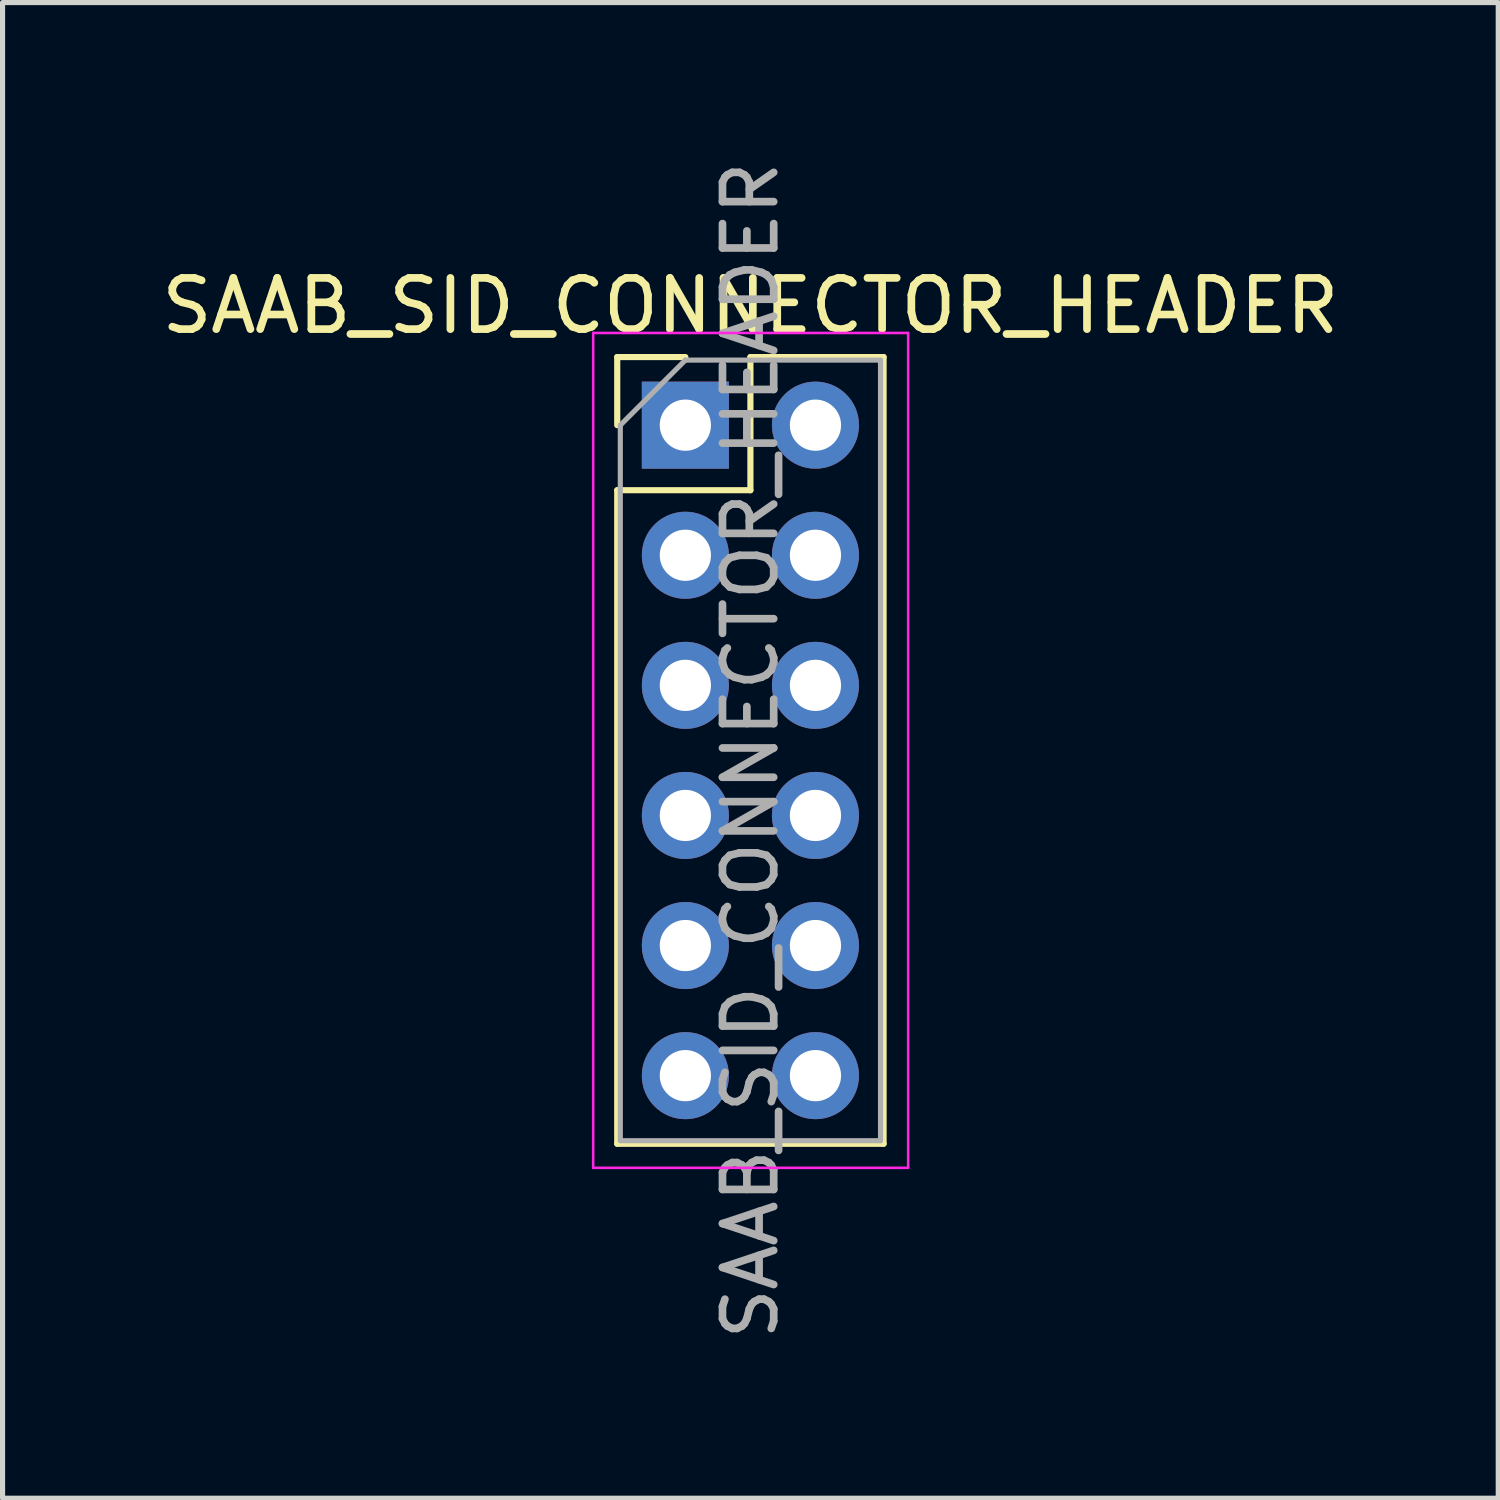
<source format=kicad_pcb>
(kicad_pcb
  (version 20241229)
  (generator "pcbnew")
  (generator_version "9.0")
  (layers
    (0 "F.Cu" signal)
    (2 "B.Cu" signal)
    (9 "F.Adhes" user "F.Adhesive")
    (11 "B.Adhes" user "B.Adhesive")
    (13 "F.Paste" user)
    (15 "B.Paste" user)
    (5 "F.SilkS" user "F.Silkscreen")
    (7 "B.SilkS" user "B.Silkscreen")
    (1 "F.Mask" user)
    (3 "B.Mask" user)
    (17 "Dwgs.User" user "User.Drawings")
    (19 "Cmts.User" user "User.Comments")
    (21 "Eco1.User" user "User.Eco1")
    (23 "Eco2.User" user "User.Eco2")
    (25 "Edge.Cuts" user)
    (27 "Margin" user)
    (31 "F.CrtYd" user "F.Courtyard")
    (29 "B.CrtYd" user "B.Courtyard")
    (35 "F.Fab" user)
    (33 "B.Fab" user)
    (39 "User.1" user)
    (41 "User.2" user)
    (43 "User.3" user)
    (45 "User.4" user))
  (footprint "SAAB_SID_CONNECTOR_HEADER"
    (layer "F.Cu")
    (at 10.331 5.251)
    (property "Reference" "SAAB_SID_CONNECTOR_HEADER" (at 1.27 -2.33 0) (layer "F.SilkS") (effects (font (size 1 1) (thickness 0.15))))
    (attr through_hole)
    (fp_line (start -1.33 -1.33) (end 0 -1.33) (stroke (width 0.12) (type solid)) (layer "F.SilkS"))
    (fp_line (start -1.33 0) (end -1.33 -1.33) (stroke (width 0.12) (type solid)) (layer "F.SilkS"))
    (fp_line (start -1.33 1.27) (end -1.33 14.03) (stroke (width 0.12) (type solid)) (layer "F.SilkS"))
    (fp_line (start -1.33 1.27) (end 1.27 1.27) (stroke (width 0.12) (type solid)) (layer "F.SilkS"))
    (fp_line (start -1.33 14.03) (end 3.87 14.03) (stroke (width 0.12) (type solid)) (layer "F.SilkS"))
    (fp_line (start 1.27 -1.33) (end 3.87 -1.33) (stroke (width 0.12) (type solid)) (layer "F.SilkS"))
    (fp_line (start 1.27 1.27) (end 1.27 -1.33) (stroke (width 0.12) (type solid)) (layer "F.SilkS"))
    (fp_line (start 3.87 -1.33) (end 3.87 14.03) (stroke (width 0.12) (type solid)) (layer "F.SilkS"))
    (fp_line (start -1.8 -1.8) (end -1.8 14.5) (stroke (width 0.05) (type solid)) (layer "F.CrtYd"))
    (fp_line (start -1.8 14.5) (end 4.35 14.5) (stroke (width 0.05) (type solid)) (layer "F.CrtYd"))
    (fp_line (start 4.35 -1.8) (end -1.8 -1.8) (stroke (width 0.05) (type solid)) (layer "F.CrtYd"))
    (fp_line (start 4.35 14.5) (end 4.35 -1.8) (stroke (width 0.05) (type solid)) (layer "F.CrtYd"))
    (fp_line (start -1.27 0) (end 0 -1.27) (stroke (width 0.1) (type solid)) (layer "F.Fab"))
    (fp_line (start -1.27 13.97) (end -1.27 0) (stroke (width 0.1) (type solid)) (layer "F.Fab"))
    (fp_line (start 0 -1.27) (end 3.81 -1.27) (stroke (width 0.1) (type solid)) (layer "F.Fab"))
    (fp_line (start 3.81 -1.27) (end 3.81 13.97) (stroke (width 0.1) (type solid)) (layer "F.Fab"))
    (fp_line (start 3.81 13.97) (end -1.27 13.97) (stroke (width 0.1) (type solid)) (layer "F.Fab"))
    (fp_text user "${REFERENCE}" (at 1.27 6.35 90) (layer "F.Fab") (effects (font (size 1 1) (thickness 0.15))))
    (pad "1" thru_hole rect (at 0 0) (size 1.7 1.7) (drill 1) (layers "*.Cu" "*.Mask"))
    (pad "2" thru_hole oval (at 0 2.54) (size 1.7 1.7) (drill 1) (layers "*.Cu" "*.Mask"))
    (pad "3" thru_hole oval (at 0 5.08) (size 1.7 1.7) (drill 1) (layers "*.Cu" "*.Mask"))
    (pad "4" thru_hole oval (at 0 7.62) (size 1.7 1.7) (drill 1) (layers "*.Cu" "*.Mask"))
    (pad "5" thru_hole oval (at 0 10.16) (size 1.7 1.7) (drill 1) (layers "*.Cu" "*.Mask"))
    (pad "6" thru_hole oval (at 0 12.7) (size 1.7 1.7) (drill 1) (layers "*.Cu" "*.Mask"))
    (pad "7" thru_hole oval (at 2.54 12.7) (size 1.7 1.7) (drill 1) (layers "*.Cu" "*.Mask"))
    (pad "8" thru_hole oval (at 2.54 10.16) (size 1.7 1.7) (drill 1) (layers "*.Cu" "*.Mask"))
    (pad "9" thru_hole oval (at 2.54 7.62) (size 1.7 1.7) (drill 1) (layers "*.Cu" "*.Mask"))
    (pad "10" thru_hole oval (at 2.54 5.08) (size 1.7 1.7) (drill 1) (layers "*.Cu" "*.Mask"))
    (pad "11" thru_hole oval (at 2.54 2.54) (size 1.7 1.7) (drill 1) (layers "*.Cu" "*.Mask"))
    (pad "12" thru_hole oval (at 2.54 0) (size 1.7 1.7) (drill 1) (layers "*.Cu" "*.Mask")))
  (gr_rect
    (start -3 -3)
    (end 26.202 26.202)
    (stroke (width 0.1) (type default))
    (fill no)
    (layer "Edge.Cuts")))
</source>
